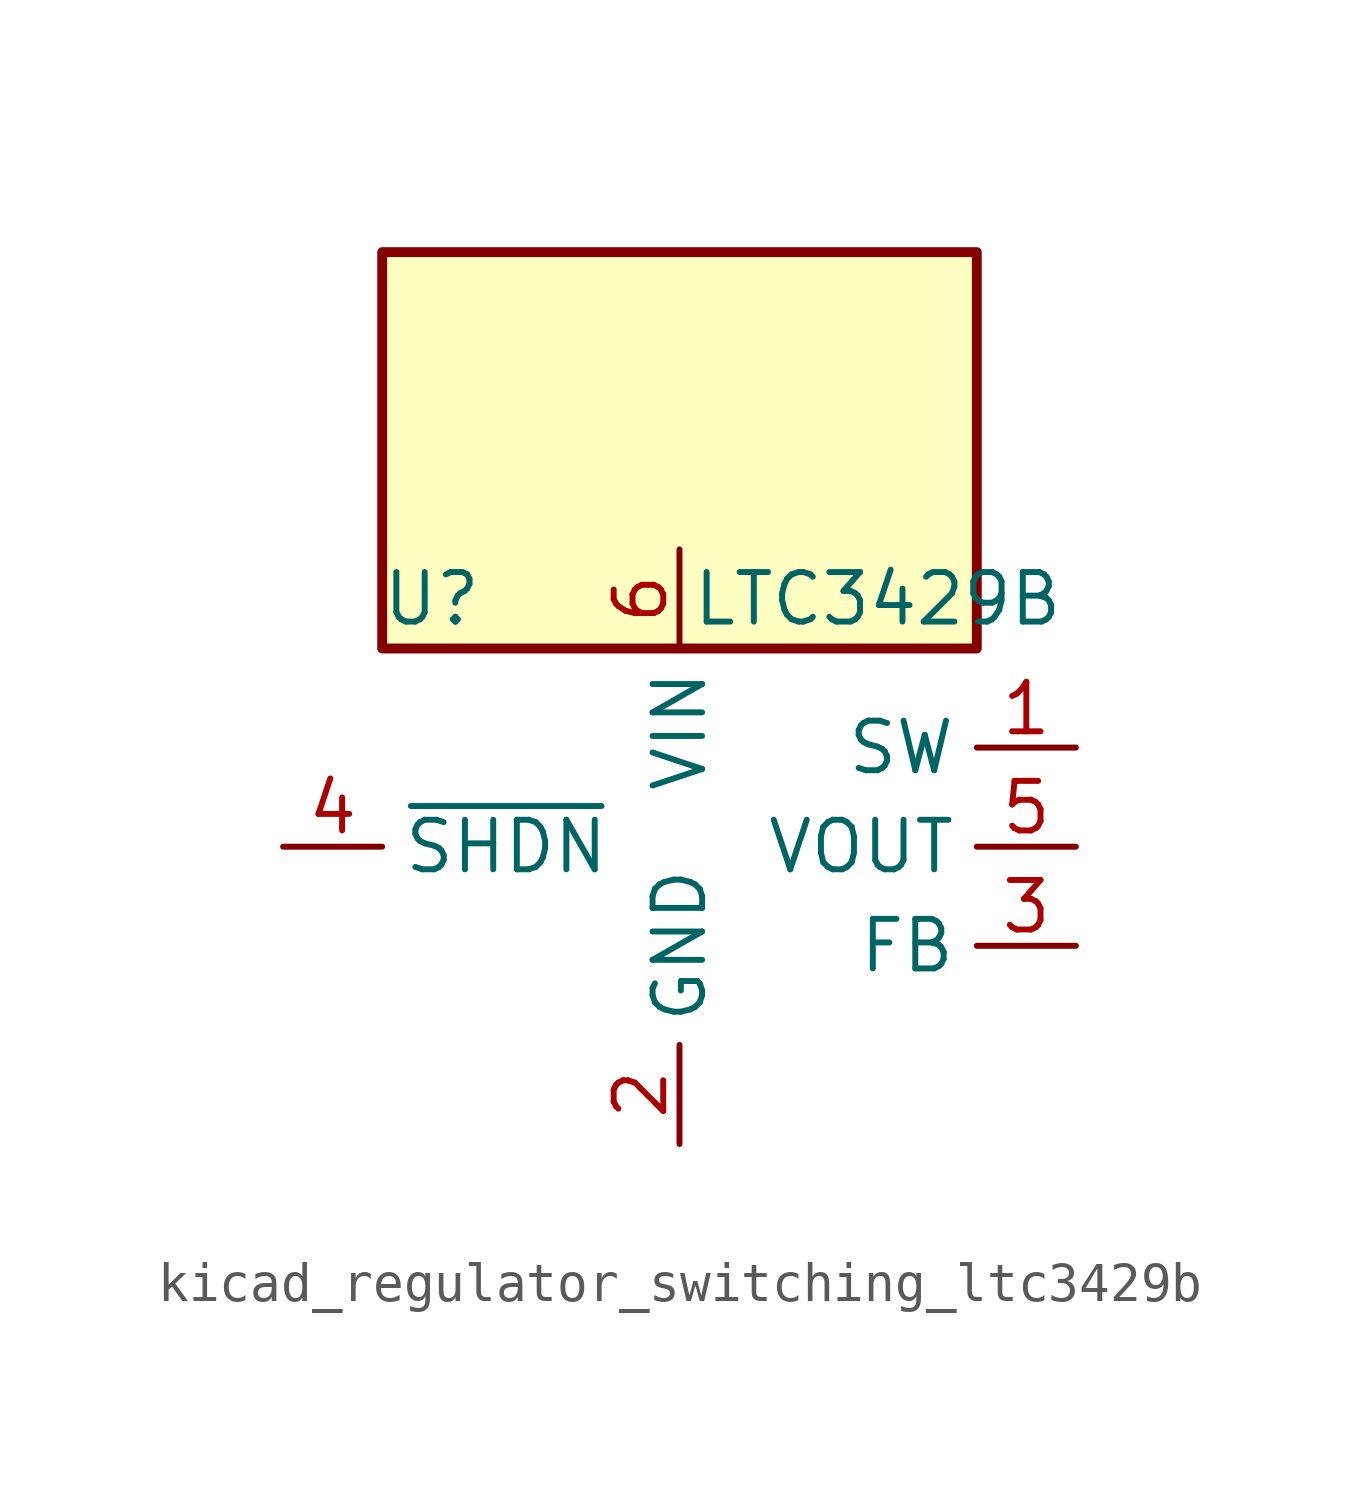
<source format=kicad_sym>
(kicad_symbol_lib
  (version 20220914)
  (generator kicad_symbol_editor)
  (symbol "kicad_regulator_switching_ltc3429b"
    (property "Reference" "U"
      (at -6.35 6.35 0)
      (effects (font (size 1.27 1.27))))
    (property "Value" "LTC3429B"
      (at 5.08 6.35 0)
      (effects (font (size 1.27 1.27))))
    (symbol "kicad_regulator_switching_ltc3429b_0_1"
      (rectangle (start 7.62 15.24) (end -7.62 5.08) (stroke (width 0.254) (type default)) (fill (type background))))
    (symbol "kicad_regulator_switching_ltc3429b_1_1"
      (pin input line (at 10.16 2.54 180) (length 2.54) (name "SW" (effects (font (size 1.27 1.27)))) (number "1" (effects (font (size 1.27 1.27)))))
      (pin power_in line (at 0 -7.62 90) (length 2.54) (name "GND" (effects (font (size 1.27 1.27)))) (number "2" (effects (font (size 1.27 1.27)))))
      (pin input line (at 10.16 -2.54 180) (length 2.54) (name "FB" (effects (font (size 1.27 1.27)))) (number "3" (effects (font (size 1.27 1.27)))))
      (pin input line (at -10.16 0 0) (length 2.54) (name "~{SHDN}" (effects (font (size 1.27 1.27)))) (number "4" (effects (font (size 1.27 1.27)))))
      (pin power_out line (at 10.16 0 180) (length 2.54) (name "VOUT" (effects (font (size 1.27 1.27)))) (number "5" (effects (font (size 1.27 1.27)))))
      (pin power_in line (at 0 7.62 270) (length 2.54) (name "VIN" (effects (font (size 1.27 1.27)))) (number "6" (effects (font (size 1.27 1.27))))))))
</source>
